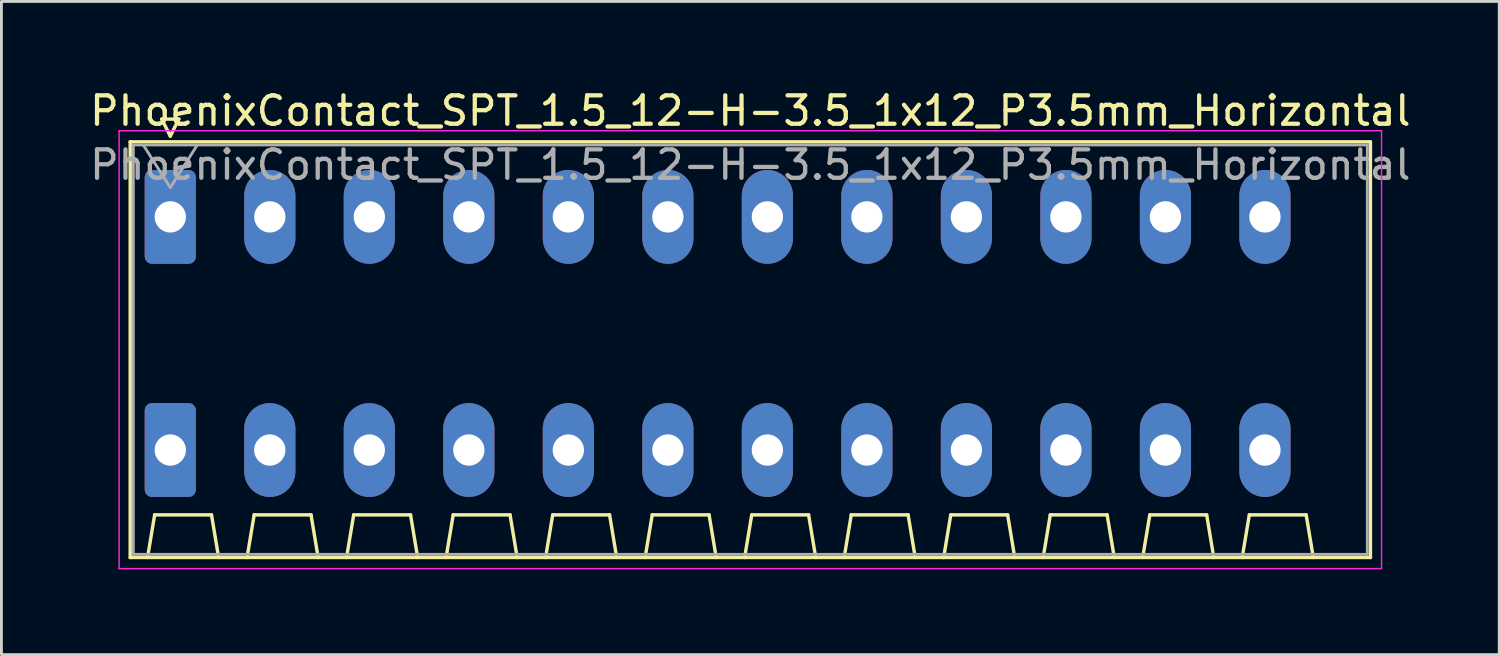
<source format=kicad_pcb>
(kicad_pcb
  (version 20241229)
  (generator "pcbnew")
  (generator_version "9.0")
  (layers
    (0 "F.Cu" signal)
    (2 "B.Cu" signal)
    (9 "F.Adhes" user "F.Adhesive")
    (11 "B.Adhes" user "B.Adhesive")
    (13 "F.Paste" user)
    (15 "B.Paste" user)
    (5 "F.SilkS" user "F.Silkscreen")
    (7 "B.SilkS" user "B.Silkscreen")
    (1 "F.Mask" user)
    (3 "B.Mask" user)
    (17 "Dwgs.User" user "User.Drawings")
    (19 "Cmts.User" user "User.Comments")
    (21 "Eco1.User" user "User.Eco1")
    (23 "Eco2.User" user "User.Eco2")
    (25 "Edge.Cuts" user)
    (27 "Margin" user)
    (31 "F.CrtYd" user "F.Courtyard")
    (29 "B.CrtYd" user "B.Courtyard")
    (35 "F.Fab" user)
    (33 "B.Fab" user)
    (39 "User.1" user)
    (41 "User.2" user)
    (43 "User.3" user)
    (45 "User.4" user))
  (footprint "PhoenixContact_SPT_1.5_12-H-3.5_1x12_P3.5mm_Horizontal"
    (layer "F.Cu")
    (at 2.939 4.578)
    (property "Reference" "PhoenixContact_SPT_1.5_12-H-3.5_1x12_P3.5mm_Horizontal" (at 20.4 -3.73 0) (layer "F.SilkS") (effects (font (size 1 1) (thickness 0.15))))
    (attr through_hole)
    (fp_line (start -1.41 -2.64) (end 42.21 -2.64) (stroke (width 0.12) (type solid)) (layer "F.SilkS"))
    (fp_line (start -1.41 11.98) (end -1.41 -2.64) (stroke (width 0.12) (type solid)) (layer "F.SilkS"))
    (fp_line (start -0.8 11.98) (end -0.55 10.48) (stroke (width 0.12) (type solid)) (layer "F.SilkS"))
    (fp_line (start -0.55 10.48) (end 1.45 10.48) (stroke (width 0.12) (type solid)) (layer "F.SilkS"))
    (fp_line (start -0.3 -3.44) (end 0 -2.84) (stroke (width 0.12) (type solid)) (layer "F.SilkS"))
    (fp_line (start -0.3 -3.44) (end 0.3 -3.44) (stroke (width 0.12) (type solid)) (layer "F.SilkS"))
    (fp_line (start 0.3 -3.44) (end 0 -2.84) (stroke (width 0.12) (type solid)) (layer "F.SilkS"))
    (fp_line (start 1.7 11.98) (end 1.45 10.48) (stroke (width 0.12) (type solid)) (layer "F.SilkS"))
    (fp_line (start 2.7 11.98) (end 2.95 10.48) (stroke (width 0.12) (type solid)) (layer "F.SilkS"))
    (fp_line (start 2.95 10.48) (end 4.95 10.48) (stroke (width 0.12) (type solid)) (layer "F.SilkS"))
    (fp_line (start 5.2 11.98) (end 4.95 10.48) (stroke (width 0.12) (type solid)) (layer "F.SilkS"))
    (fp_line (start 6.2 11.98) (end 6.45 10.48) (stroke (width 0.12) (type solid)) (layer "F.SilkS"))
    (fp_line (start 6.45 10.48) (end 8.45 10.48) (stroke (width 0.12) (type solid)) (layer "F.SilkS"))
    (fp_line (start 8.7 11.98) (end 8.45 10.48) (stroke (width 0.12) (type solid)) (layer "F.SilkS"))
    (fp_line (start 9.7 11.98) (end 9.95 10.48) (stroke (width 0.12) (type solid)) (layer "F.SilkS"))
    (fp_line (start 9.95 10.48) (end 11.95 10.48) (stroke (width 0.12) (type solid)) (layer "F.SilkS"))
    (fp_line (start 12.2 11.98) (end 11.95 10.48) (stroke (width 0.12) (type solid)) (layer "F.SilkS"))
    (fp_line (start 13.2 11.98) (end 13.45 10.48) (stroke (width 0.12) (type solid)) (layer "F.SilkS"))
    (fp_line (start 13.45 10.48) (end 15.45 10.48) (stroke (width 0.12) (type solid)) (layer "F.SilkS"))
    (fp_line (start 15.7 11.98) (end 15.45 10.48) (stroke (width 0.12) (type solid)) (layer "F.SilkS"))
    (fp_line (start 16.7 11.98) (end 16.95 10.48) (stroke (width 0.12) (type solid)) (layer "F.SilkS"))
    (fp_line (start 16.95 10.48) (end 18.95 10.48) (stroke (width 0.12) (type solid)) (layer "F.SilkS"))
    (fp_line (start 19.2 11.98) (end 18.95 10.48) (stroke (width 0.12) (type solid)) (layer "F.SilkS"))
    (fp_line (start 20.2 11.98) (end 20.45 10.48) (stroke (width 0.12) (type solid)) (layer "F.SilkS"))
    (fp_line (start 20.45 10.48) (end 22.45 10.48) (stroke (width 0.12) (type solid)) (layer "F.SilkS"))
    (fp_line (start 22.7 11.98) (end 22.45 10.48) (stroke (width 0.12) (type solid)) (layer "F.SilkS"))
    (fp_line (start 23.7 11.98) (end 23.95 10.48) (stroke (width 0.12) (type solid)) (layer "F.SilkS"))
    (fp_line (start 23.95 10.48) (end 25.95 10.48) (stroke (width 0.12) (type solid)) (layer "F.SilkS"))
    (fp_line (start 26.2 11.98) (end 25.95 10.48) (stroke (width 0.12) (type solid)) (layer "F.SilkS"))
    (fp_line (start 27.2 11.98) (end 27.45 10.48) (stroke (width 0.12) (type solid)) (layer "F.SilkS"))
    (fp_line (start 27.45 10.48) (end 29.45 10.48) (stroke (width 0.12) (type solid)) (layer "F.SilkS"))
    (fp_line (start 29.7 11.98) (end 29.45 10.48) (stroke (width 0.12) (type solid)) (layer "F.SilkS"))
    (fp_line (start 30.7 11.98) (end 30.95 10.48) (stroke (width 0.12) (type solid)) (layer "F.SilkS"))
    (fp_line (start 30.95 10.48) (end 32.95 10.48) (stroke (width 0.12) (type solid)) (layer "F.SilkS"))
    (fp_line (start 33.2 11.98) (end 32.95 10.48) (stroke (width 0.12) (type solid)) (layer "F.SilkS"))
    (fp_line (start 34.2 11.98) (end 34.45 10.48) (stroke (width 0.12) (type solid)) (layer "F.SilkS"))
    (fp_line (start 34.45 10.48) (end 36.45 10.48) (stroke (width 0.12) (type solid)) (layer "F.SilkS"))
    (fp_line (start 36.7 11.98) (end 36.45 10.48) (stroke (width 0.12) (type solid)) (layer "F.SilkS"))
    (fp_line (start 37.7 11.98) (end 37.95 10.48) (stroke (width 0.12) (type solid)) (layer "F.SilkS"))
    (fp_line (start 37.95 10.48) (end 39.95 10.48) (stroke (width 0.12) (type solid)) (layer "F.SilkS"))
    (fp_line (start 40.2 11.98) (end 39.95 10.48) (stroke (width 0.12) (type solid)) (layer "F.SilkS"))
    (fp_line (start 42.21 -2.64) (end 42.21 11.98) (stroke (width 0.12) (type solid)) (layer "F.SilkS"))
    (fp_line (start 42.21 11.98) (end -1.41 11.98) (stroke (width 0.12) (type solid)) (layer "F.SilkS"))
    (fp_line (start -1.8 -3.03) (end -1.8 12.37) (stroke (width 0.05) (type solid)) (layer "F.CrtYd"))
    (fp_line (start -1.8 12.37) (end 42.6 12.37) (stroke (width 0.05) (type solid)) (layer "F.CrtYd"))
    (fp_line (start 42.6 -3.03) (end -1.8 -3.03) (stroke (width 0.05) (type solid)) (layer "F.CrtYd"))
    (fp_line (start 42.6 12.37) (end 42.6 -3.03) (stroke (width 0.05) (type solid)) (layer "F.CrtYd"))
    (fp_line (start -1.3 -2.53) (end -1.3 11.87) (stroke (width 0.1) (type solid)) (layer "F.Fab"))
    (fp_line (start -1.3 11.87) (end 42.1 11.87) (stroke (width 0.1) (type solid)) (layer "F.Fab"))
    (fp_line (start -0.95 -2.53) (end 0 -1.03) (stroke (width 0.1) (type solid)) (layer "F.Fab"))
    (fp_line (start 0.95 -2.53) (end 0 -1.03) (stroke (width 0.1) (type solid)) (layer "F.Fab"))
    (fp_line (start 42.1 -2.53) (end -1.3 -2.53) (stroke (width 0.1) (type solid)) (layer "F.Fab"))
    (fp_line (start 42.1 11.87) (end 42.1 -2.53) (stroke (width 0.1) (type solid)) (layer "F.Fab"))
    (fp_text user "${REFERENCE}" (at 20.4 -1.83 0) (layer "F.Fab") (effects (font (size 1 1) (thickness 0.15))))
    (pad "1" thru_hole roundrect (at 0 0) (size 1.8 3.3) (drill 1.1) (layers "*.Cu" "*.Mask") (roundrect_rratio 0.139))
    (pad "1" thru_hole roundrect (at 0 8.2) (size 1.8 3.3) (drill 1.1) (layers "*.Cu" "*.Mask") (roundrect_rratio 0.139))
    (pad "2" thru_hole oval (at 3.5 0) (size 1.8 3.3) (drill 1.1) (layers "*.Cu" "*.Mask"))
    (pad "2" thru_hole oval (at 3.5 8.2) (size 1.8 3.3) (drill 1.1) (layers "*.Cu" "*.Mask"))
    (pad "3" thru_hole oval (at 7 0) (size 1.8 3.3) (drill 1.1) (layers "*.Cu" "*.Mask"))
    (pad "3" thru_hole oval (at 7 8.2) (size 1.8 3.3) (drill 1.1) (layers "*.Cu" "*.Mask"))
    (pad "4" thru_hole oval (at 10.5 0) (size 1.8 3.3) (drill 1.1) (layers "*.Cu" "*.Mask"))
    (pad "4" thru_hole oval (at 10.5 8.2) (size 1.8 3.3) (drill 1.1) (layers "*.Cu" "*.Mask"))
    (pad "5" thru_hole oval (at 14 0) (size 1.8 3.3) (drill 1.1) (layers "*.Cu" "*.Mask"))
    (pad "5" thru_hole oval (at 14 8.2) (size 1.8 3.3) (drill 1.1) (layers "*.Cu" "*.Mask"))
    (pad "6" thru_hole oval (at 17.5 0) (size 1.8 3.3) (drill 1.1) (layers "*.Cu" "*.Mask"))
    (pad "6" thru_hole oval (at 17.5 8.2) (size 1.8 3.3) (drill 1.1) (layers "*.Cu" "*.Mask"))
    (pad "7" thru_hole oval (at 21 0) (size 1.8 3.3) (drill 1.1) (layers "*.Cu" "*.Mask"))
    (pad "7" thru_hole oval (at 21 8.2) (size 1.8 3.3) (drill 1.1) (layers "*.Cu" "*.Mask"))
    (pad "8" thru_hole oval (at 24.5 0) (size 1.8 3.3) (drill 1.1) (layers "*.Cu" "*.Mask"))
    (pad "8" thru_hole oval (at 24.5 8.2) (size 1.8 3.3) (drill 1.1) (layers "*.Cu" "*.Mask"))
    (pad "9" thru_hole oval (at 28 0) (size 1.8 3.3) (drill 1.1) (layers "*.Cu" "*.Mask"))
    (pad "9" thru_hole oval (at 28 8.2) (size 1.8 3.3) (drill 1.1) (layers "*.Cu" "*.Mask"))
    (pad "10" thru_hole oval (at 31.5 0) (size 1.8 3.3) (drill 1.1) (layers "*.Cu" "*.Mask"))
    (pad "10" thru_hole oval (at 31.5 8.2) (size 1.8 3.3) (drill 1.1) (layers "*.Cu" "*.Mask"))
    (pad "11" thru_hole oval (at 35 0) (size 1.8 3.3) (drill 1.1) (layers "*.Cu" "*.Mask"))
    (pad "11" thru_hole oval (at 35 8.2) (size 1.8 3.3) (drill 1.1) (layers "*.Cu" "*.Mask"))
    (pad "12" thru_hole oval (at 38.5 0) (size 1.8 3.3) (drill 1.1) (layers "*.Cu" "*.Mask"))
    (pad "12" thru_hole oval (at 38.5 8.2) (size 1.8 3.3) (drill 1.1) (layers "*.Cu" "*.Mask")))
  (gr_rect
    (start -3 -3)
    (end 49.679 19.973)
    (stroke (width 0.1) (type default))
    (fill no)
    (layer "Edge.Cuts")))
</source>
